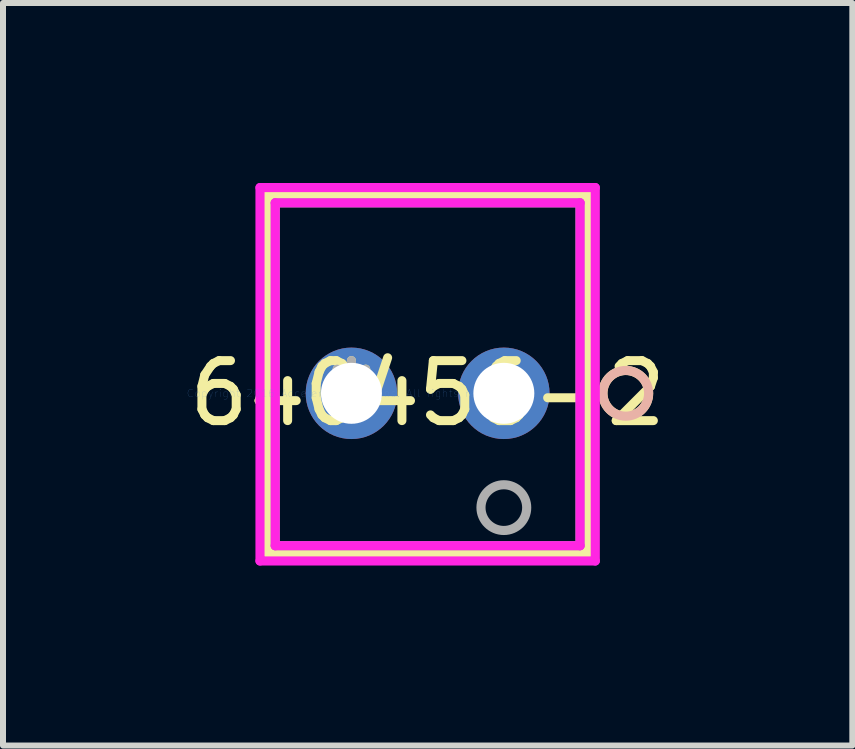
<source format=kicad_pcb>
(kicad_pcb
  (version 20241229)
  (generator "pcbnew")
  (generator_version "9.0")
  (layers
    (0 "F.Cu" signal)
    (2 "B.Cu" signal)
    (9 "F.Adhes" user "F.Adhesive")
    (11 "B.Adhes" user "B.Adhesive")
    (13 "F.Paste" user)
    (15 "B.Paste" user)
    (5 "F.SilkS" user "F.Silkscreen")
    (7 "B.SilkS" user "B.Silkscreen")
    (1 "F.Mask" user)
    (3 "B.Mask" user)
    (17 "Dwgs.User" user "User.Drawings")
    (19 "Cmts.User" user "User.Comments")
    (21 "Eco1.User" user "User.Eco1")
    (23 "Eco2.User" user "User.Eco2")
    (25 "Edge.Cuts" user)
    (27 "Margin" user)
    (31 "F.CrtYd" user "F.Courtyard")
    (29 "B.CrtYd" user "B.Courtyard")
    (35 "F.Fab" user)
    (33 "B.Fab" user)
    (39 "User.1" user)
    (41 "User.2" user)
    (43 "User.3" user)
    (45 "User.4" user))
  (footprint "640456-2"
    (layer "F.Cu")
    (at 2.807 3.505)
    (property "Reference" "640456-2" (at 1.27 0 0) (layer "F.SilkS") (effects (font (size 1 1) (thickness 0.15))))
    (attr through_hole)
    (fp_line (start -1.397 -3.302) (end -1.397 2.667) (stroke (width 0.152) (type solid)) (layer "F.SilkS"))
    (fp_line (start -1.397 2.667) (end 3.937 2.667) (stroke (width 0.152) (type solid)) (layer "F.SilkS"))
    (fp_line (start 3.937 -3.302) (end -1.397 -3.302) (stroke (width 0.152) (type solid)) (layer "F.SilkS"))
    (fp_line (start 3.937 2.667) (end 3.937 -3.302) (stroke (width 0.152) (type solid)) (layer "F.SilkS"))
    (fp_circle (center 4.572 0) (end 4.953 0) (stroke (width 0.152) (type solid)) (fill no) (layer "F.SilkS"))
    (fp_circle (center 4.572 0) (end 4.953 0) (stroke (width 0.152) (type solid)) (fill no) (layer "B.SilkS"))
    (fp_line (start -1.524 -3.429) (end -1.524 2.794) (stroke (width 0.152) (type solid)) (layer "F.CrtYd"))
    (fp_line (start -1.524 2.794) (end 4.064 2.794) (stroke (width 0.152) (type solid)) (layer "F.CrtYd"))
    (fp_line (start -1.27 -3.175) (end -1.27 2.54) (stroke (width 0.152) (type solid)) (layer "F.CrtYd"))
    (fp_line (start -1.27 2.54) (end 3.81 2.54) (stroke (width 0.152) (type solid)) (layer "F.CrtYd"))
    (fp_line (start 3.81 -3.175) (end -1.27 -3.175) (stroke (width 0.152) (type solid)) (layer "F.CrtYd"))
    (fp_line (start 3.81 2.54) (end 3.81 -3.175) (stroke (width 0.152) (type solid)) (layer "F.CrtYd"))
    (fp_line (start 4.064 -3.429) (end -1.524 -3.429) (stroke (width 0.152) (type solid)) (layer "F.CrtYd"))
    (fp_line (start 4.064 2.794) (end 4.064 -3.429) (stroke (width 0.152) (type solid)) (layer "F.CrtYd"))
    (fp_line (start -1.27 -3.175) (end -1.27 2.54) (stroke (width 0.152) (type solid)) (layer "F.Fab"))
    (fp_line (start -1.27 2.54) (end 3.81 2.54) (stroke (width 0.152) (type solid)) (layer "F.Fab"))
    (fp_line (start 3.81 -3.175) (end -1.27 -3.175) (stroke (width 0.152) (type solid)) (layer "F.Fab"))
    (fp_line (start 3.81 2.54) (end 3.81 -3.175) (stroke (width 0.152) (type solid)) (layer "F.Fab"))
    (fp_circle (center 2.54 1.905) (end 2.921 1.905) (stroke (width 0.152) (type solid)) (fill no) (layer "F.Fab"))
    (fp_text user "*" (at 0 0 0) (layer "F.SilkS") (effects (font (size 1 1) (thickness 0.15))))
    (fp_text user "Copyright 2016 Accelerated Designs. All rights reserved." (at 0 0 0) (layer "Cmts.User") (effects (font (size 0.127 0.127) (thickness 0.002))))
    (fp_text user "*" (at 0 0 0) (layer "F.Fab") (effects (font (size 1 1) (thickness 0.15))))
    (pad "1" thru_hole circle (at 2.54 0) (size 1.524 1.524) (drill 1.016) (layers "*.Cu" "*.Mask"))
    (pad "2" thru_hole circle (at 0 0) (size 1.524 1.524) (drill 1.016) (layers "*.Cu" "*.Mask")))
  (gr_rect
    (start -3 -3)
    (end 11.155 9.375)
    (stroke (width 0.1) (type default))
    (fill no)
    (layer "Edge.Cuts")))
</source>
